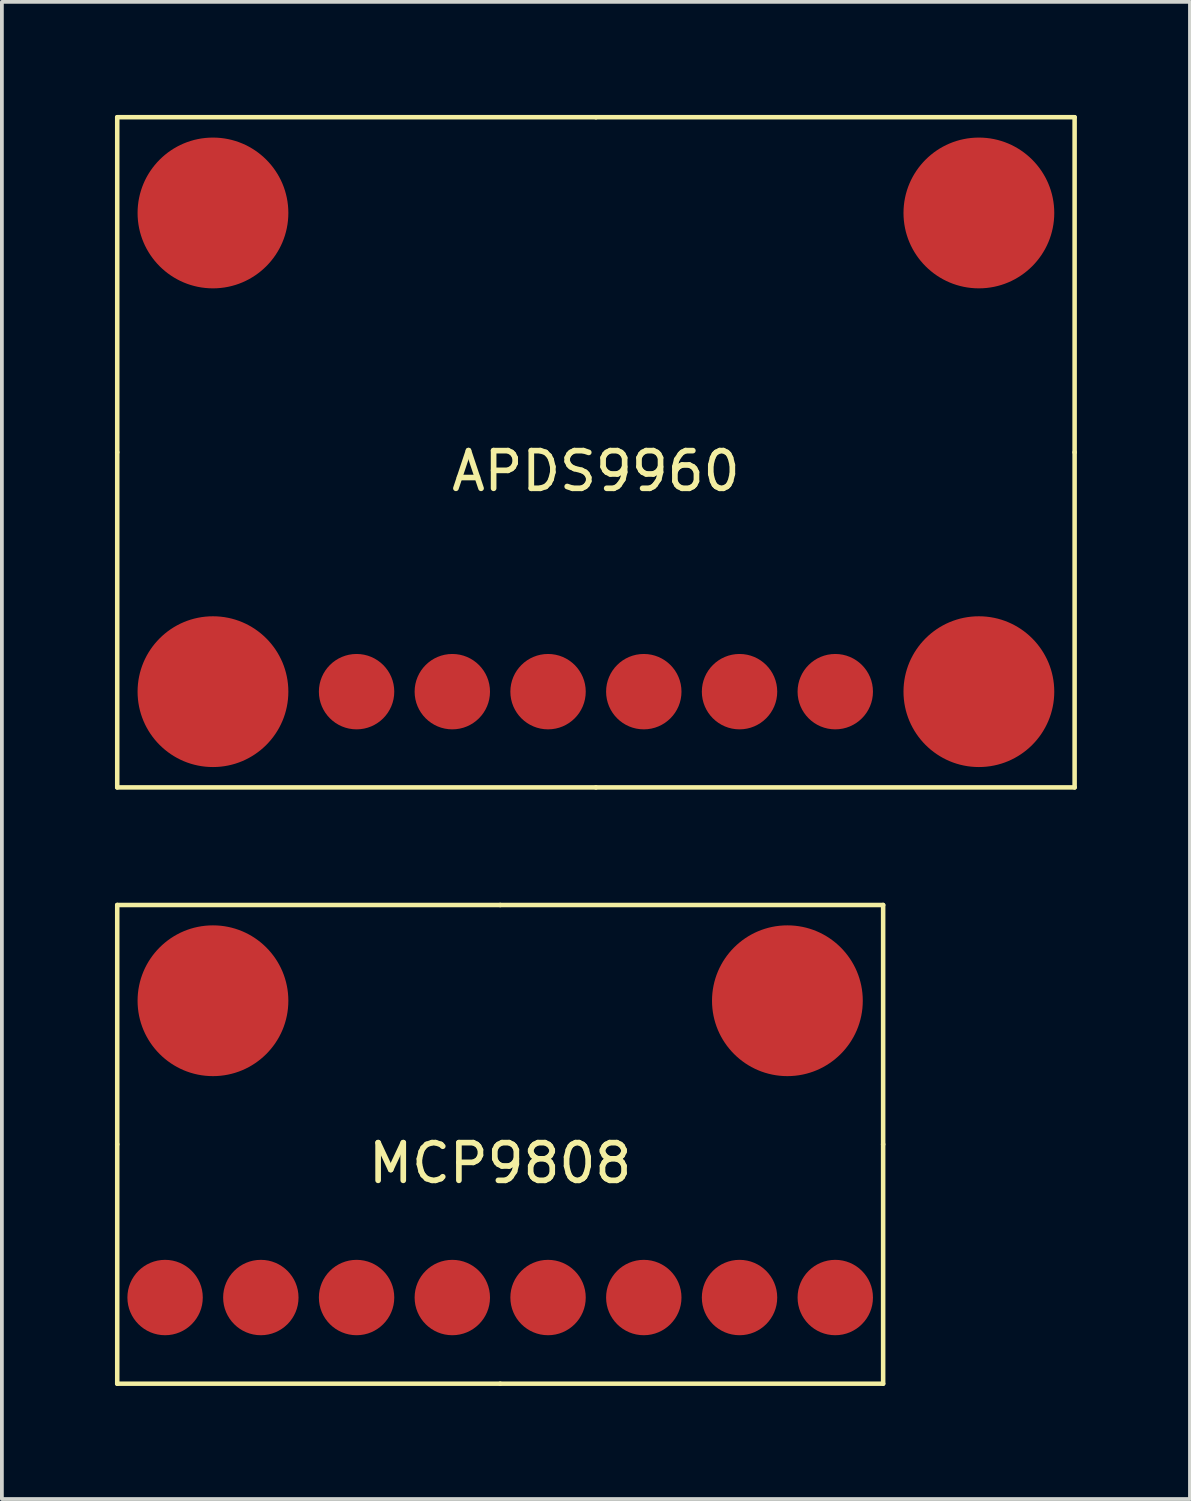
<source format=kicad_pcb>
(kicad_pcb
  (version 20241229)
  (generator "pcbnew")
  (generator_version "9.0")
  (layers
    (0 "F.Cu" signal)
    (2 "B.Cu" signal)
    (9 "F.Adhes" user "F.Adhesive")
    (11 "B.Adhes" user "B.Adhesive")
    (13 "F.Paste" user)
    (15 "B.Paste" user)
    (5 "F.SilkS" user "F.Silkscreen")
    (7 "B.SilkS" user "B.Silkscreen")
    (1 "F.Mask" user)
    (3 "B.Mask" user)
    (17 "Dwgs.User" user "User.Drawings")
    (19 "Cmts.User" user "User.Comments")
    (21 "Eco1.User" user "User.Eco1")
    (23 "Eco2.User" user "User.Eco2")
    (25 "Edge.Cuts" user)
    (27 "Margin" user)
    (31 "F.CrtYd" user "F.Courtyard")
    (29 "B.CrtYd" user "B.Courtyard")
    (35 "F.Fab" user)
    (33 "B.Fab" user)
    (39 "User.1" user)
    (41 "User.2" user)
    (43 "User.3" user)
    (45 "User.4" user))
  (footprint "APDS9960"
    (layer "F.Cu")
    (at 12.76 8.95)
    (property "Reference" "APDS9960" (at 0 0.5 0) (layer "F.SilkS") (effects (font (size 1 1) (thickness 0.15))))
    (attr through_hole)
    (fp_line (start -12.7 0) (end -12.7 -8.89) (stroke (width 0.12) (type solid)) (layer "F.SilkS"))
    (fp_line (start -12.7 0) (end -12.7 8.89) (stroke (width 0.12) (type solid)) (layer "F.SilkS"))
    (fp_line (start 0 -8.89) (end -12.7 -8.89) (stroke (width 0.12) (type solid)) (layer "F.SilkS"))
    (fp_line (start 0 -8.89) (end 12.7 -8.89) (stroke (width 0.12) (type solid)) (layer "F.SilkS"))
    (fp_line (start 0 8.89) (end -12.7 8.89) (stroke (width 0.12) (type solid)) (layer "F.SilkS"))
    (fp_line (start 0 8.89) (end 12.7 8.89) (stroke (width 0.12) (type solid)) (layer "F.SilkS"))
    (fp_line (start 12.7 0) (end 12.7 -8.89) (stroke (width 0.12) (type solid)) (layer "F.SilkS"))
    (fp_line (start 12.7 0) (end 12.7 8.89) (stroke (width 0.12) (type solid)) (layer "F.SilkS"))
    (pad "1" smd circle (at -6.35 6.35) (size 2 2) (layers "F.Cu" "F.Mask" "F.Paste"))
    (pad "2" smd circle (at -3.81 6.35) (size 2 2) (layers "F.Cu" "F.Mask" "F.Paste"))
    (pad "3" smd circle (at -1.27 6.35) (size 2 2) (layers "F.Cu" "F.Mask" "F.Paste"))
    (pad "4" smd circle (at 1.27 6.35) (size 2 2) (layers "F.Cu" "F.Mask" "F.Paste"))
    (pad "5" smd circle (at 3.81 6.35) (size 2 2) (layers "F.Cu" "F.Mask" "F.Paste"))
    (pad "6" smd circle (at 6.35 6.35) (size 2 2) (layers "F.Cu" "F.Mask" "F.Paste"))
    (pad "7" smd circle (at -10.16 -6.35 180) (size 4 4) (layers "F.Cu" "F.Mask" "F.Paste"))
    (pad "8" smd circle (at 10.16 -6.35 180) (size 4 4) (layers "F.Cu" "F.Mask" "F.Paste"))
    (pad "9" smd circle (at -10.16 6.35) (size 4 4) (layers "F.Cu" "F.Mask" "F.Paste"))
    (pad "10" smd circle (at 10.16 6.35) (size 4 4) (layers "F.Cu" "F.Mask" "F.Paste")))
  (footprint "MCP9808"
    (layer "F.Cu")
    (at 10.22 27.31)
    (property "Reference" "MCP9808" (at 0 0.5 0) (layer "F.SilkS") (effects (font (size 1 1) (thickness 0.15))))
    (attr through_hole)
    (fp_line (start -10.16 -6.35) (end -10.16 0) (stroke (width 0.12) (type solid)) (layer "F.SilkS"))
    (fp_line (start -10.16 6.35) (end -10.16 0) (stroke (width 0.12) (type solid)) (layer "F.SilkS"))
    (fp_line (start 0 -6.35) (end -10.16 -6.35) (stroke (width 0.12) (type solid)) (layer "F.SilkS"))
    (fp_line (start 0 -6.35) (end 10.16 -6.35) (stroke (width 0.12) (type solid)) (layer "F.SilkS"))
    (fp_line (start 0 6.35) (end -10.16 6.35) (stroke (width 0.12) (type solid)) (layer "F.SilkS"))
    (fp_line (start 0 6.35) (end 10.16 6.35) (stroke (width 0.12) (type solid)) (layer "F.SilkS"))
    (fp_line (start 10.16 -6.35) (end 10.16 0) (stroke (width 0.12) (type solid)) (layer "F.SilkS"))
    (fp_line (start 10.16 6.35) (end 10.16 0) (stroke (width 0.12) (type solid)) (layer "F.SilkS"))
    (pad "1" smd circle (at -8.89 4.064) (size 2 2) (layers "F.Cu" "F.Mask" "F.Paste"))
    (pad "2" smd circle (at -6.35 4.064) (size 2 2) (layers "F.Cu" "F.Mask" "F.Paste"))
    (pad "3" smd circle (at -3.81 4.064) (size 2 2) (layers "F.Cu" "F.Mask" "F.Paste"))
    (pad "4" smd circle (at -1.27 4.064) (size 2 2) (layers "F.Cu" "F.Mask" "F.Paste"))
    (pad "5" smd circle (at 1.27 4.064) (size 2 2) (layers "F.Cu" "F.Mask" "F.Paste"))
    (pad "6" smd circle (at 3.81 4.064) (size 2 2) (layers "F.Cu" "F.Mask" "F.Paste"))
    (pad "7" smd circle (at 6.35 4.064) (size 2 2) (layers "F.Cu" "F.Mask" "F.Paste"))
    (pad "8" smd circle (at 8.89 4.064) (size 2 2) (layers "F.Cu" "F.Mask" "F.Paste"))
    (pad "9" smd circle (at -7.62 -3.81) (size 4 4) (layers "F.Cu" "F.Mask" "F.Paste"))
    (pad "10" smd circle (at 7.62 -3.81) (size 4 4) (layers "F.Cu" "F.Mask" "F.Paste")))
  (gr_rect
    (start -3 -3)
    (end 28.52 36.72)
    (stroke (width 0.1) (type default))
    (fill no)
    (layer "Edge.Cuts")))
</source>
